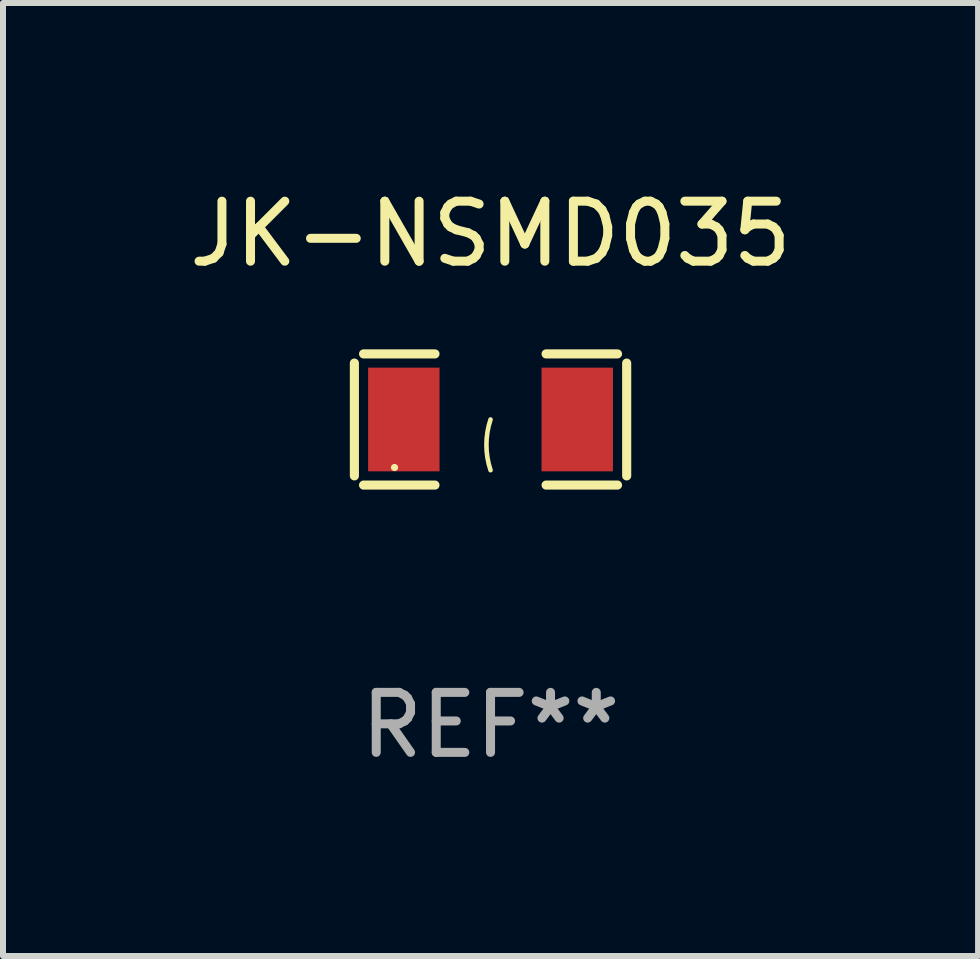
<source format=kicad_pcb>
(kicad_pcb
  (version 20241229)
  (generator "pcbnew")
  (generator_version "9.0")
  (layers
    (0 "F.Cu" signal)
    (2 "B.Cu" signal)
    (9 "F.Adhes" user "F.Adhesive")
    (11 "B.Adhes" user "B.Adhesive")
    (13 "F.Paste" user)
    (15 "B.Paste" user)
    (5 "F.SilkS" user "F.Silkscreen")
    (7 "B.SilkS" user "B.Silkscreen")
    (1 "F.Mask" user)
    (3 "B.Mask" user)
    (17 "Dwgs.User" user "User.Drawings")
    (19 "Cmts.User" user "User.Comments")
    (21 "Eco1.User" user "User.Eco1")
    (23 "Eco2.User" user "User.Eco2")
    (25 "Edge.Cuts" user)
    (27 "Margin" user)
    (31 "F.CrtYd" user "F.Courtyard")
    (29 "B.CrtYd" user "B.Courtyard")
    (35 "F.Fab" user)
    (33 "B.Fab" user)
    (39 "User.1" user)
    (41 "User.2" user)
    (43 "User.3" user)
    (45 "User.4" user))
  (footprint "JK-NSMD035"
    (layer "F.Cu")
    (at 5.125 3.941)
    (property "Reference" "JK-NSMD035" (at 0 -3.093 0) (layer "F.SilkS") (effects (font (size 1 1) (thickness 0.15))))
    (attr through_hole)
    (fp_line (start -2.269 -0.94) (end -2.269 0.94) (stroke (width 0.152) (type solid)) (layer "F.SilkS"))
    (fp_line (start -2.116 1.093) (end -0.926 1.093) (stroke (width 0.152) (type solid)) (layer "F.SilkS"))
    (fp_line (start -0.926 -1.093) (end -2.116 -1.093) (stroke (width 0.152) (type solid)) (layer "F.SilkS"))
    (fp_line (start 0.926 -1.093) (end 2.116 -1.093) (stroke (width 0.152) (type solid)) (layer "F.SilkS"))
    (fp_line (start 2.116 1.093) (end 0.926 1.093) (stroke (width 0.152) (type solid)) (layer "F.SilkS"))
    (fp_line (start 2.269 -0.94) (end 2.269 0.94) (stroke (width 0.152) (type solid)) (layer "F.SilkS"))
    (fp_arc (start 0 0.844951) (mid -0.068559 0.422475) (end 0 0) (stroke (width 0.0762) (type solid)) (layer "F.SilkS"))
    (fp_circle (center -1.6 0.8) (end -1.57 0.8) (stroke (width 0.06) (type solid)) (fill no) (layer "F.SilkS"))
    (fp_text user "REF**" (at 0 5.093 0) (layer "F.Fab") (effects (font (size 1 1) (thickness 0.15))))
    (pad "1" smd rect (at -1.445 0) (size 1.19 1.728) (layers "F.Cu" "F.Mask" "F.Paste"))
    (pad "2" smd rect (at 1.445 0) (size 1.19 1.728) (layers "F.Cu" "F.Mask" "F.Paste")))
  (gr_rect
    (start -3 -3)
    (end 13.25 12.882)
    (stroke (width 0.1) (type default))
    (fill no)
    (layer "Edge.Cuts")))
</source>
